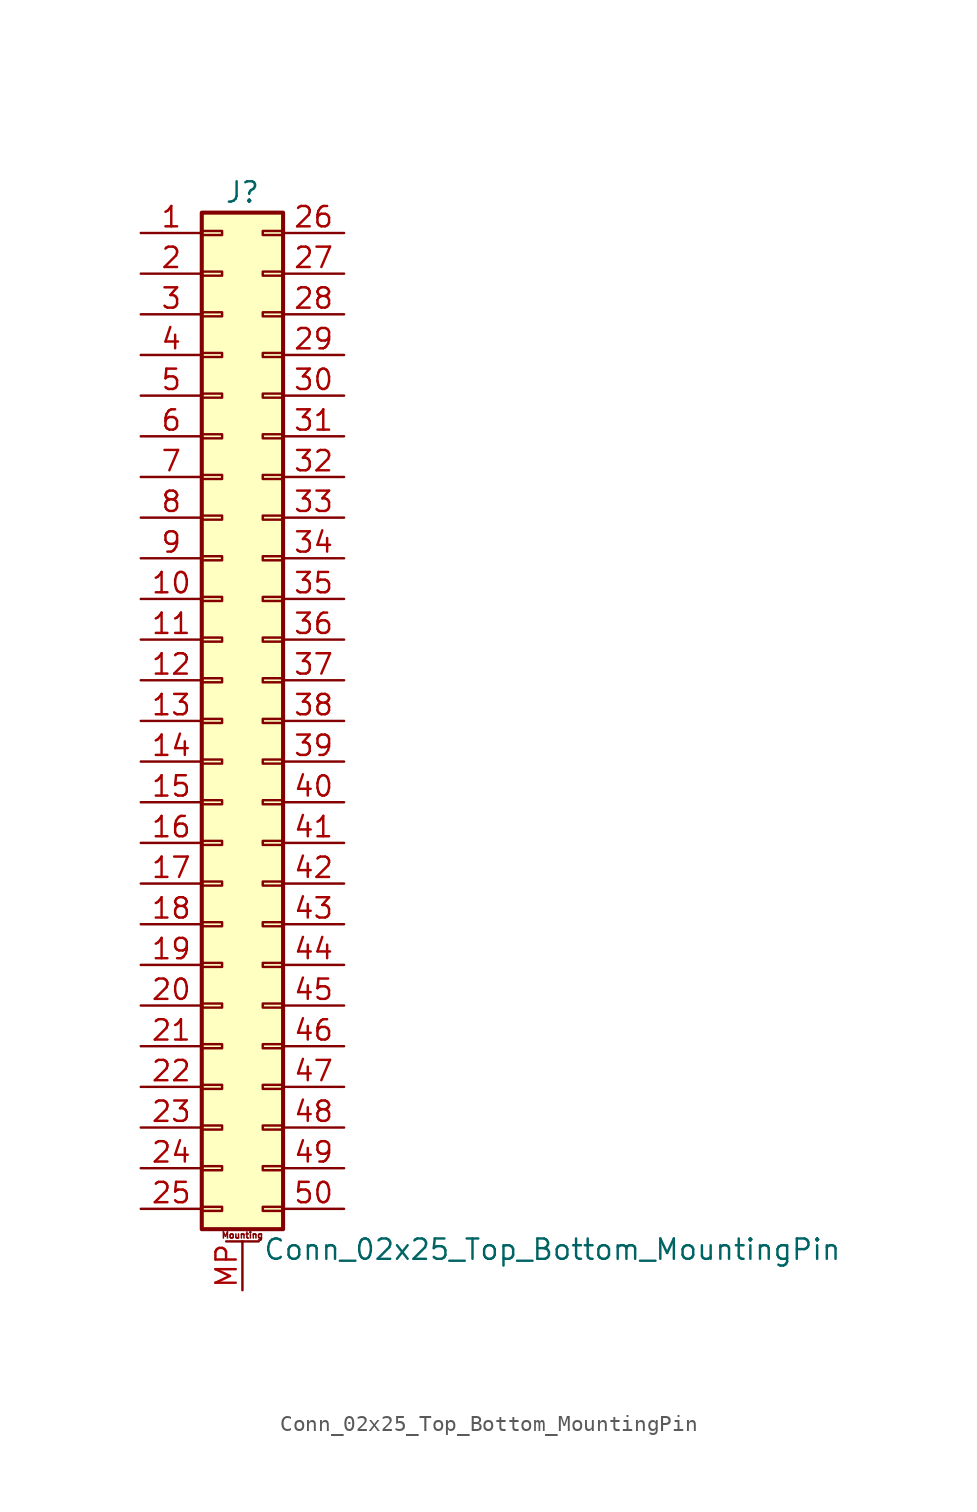
<source format=kicad_sym>
(kicad_symbol_lib
  (version 20201005)
  (generator kicad_symbol_editor)
  (symbol "Conn_02x25_Top_Bottom_MountingPin"
    (pin_names
      (offset 1.016) hide)
    (property "Reference" "J"
      (at 1.27 33.02 0)
      (effects (font (size 1.27 1.27))))
    (property "Value" "Conn_02x25_Top_Bottom_MountingPin"
      (at 2.54 -33.02 0)
      (effects (font (size 1.27 1.27)) (justify left)))
    (symbol "Conn_02x25_Top_Bottom_MountingPin_1_1"
      (text "Mounting" (at 1.27 -32.131 0) (effects (font (size 0.381 0.381))))
      (rectangle (start -1.27 -30.353) (end 0 -30.607) (stroke (width 0.152)) (fill (type none)))
      (rectangle (start -1.27 -27.813) (end 0 -28.067) (stroke (width 0.152)) (fill (type none)))
      (rectangle (start -1.27 -25.273) (end 0 -25.527) (stroke (width 0.152)) (fill (type none)))
      (rectangle (start -1.27 -22.733) (end 0 -22.987) (stroke (width 0.152)) (fill (type none)))
      (rectangle (start -1.27 -20.193) (end 0 -20.447) (stroke (width 0.152)) (fill (type none)))
      (rectangle (start -1.27 -17.653) (end 0 -17.907) (stroke (width 0.152)) (fill (type none)))
      (rectangle (start -1.27 -15.113) (end 0 -15.367) (stroke (width 0.152)) (fill (type none)))
      (rectangle (start -1.27 -12.573) (end 0 -12.827) (stroke (width 0.152)) (fill (type none)))
      (rectangle (start -1.27 -10.033) (end 0 -10.287) (stroke (width 0.152)) (fill (type none)))
      (rectangle (start -1.27 -7.493) (end 0 -7.747) (stroke (width 0.152)) (fill (type none)))
      (rectangle (start -1.27 -4.953) (end 0 -5.207) (stroke (width 0.152)) (fill (type none)))
      (rectangle (start -1.27 -2.413) (end 0 -2.667) (stroke (width 0.152)) (fill (type none)))
      (rectangle (start -1.27 0.127) (end 0 -0.127) (stroke (width 0.152)) (fill (type none)))
      (rectangle (start -1.27 2.667) (end 0 2.413) (stroke (width 0.152)) (fill (type none)))
      (rectangle (start -1.27 5.207) (end 0 4.953) (stroke (width 0.152)) (fill (type none)))
      (rectangle (start -1.27 7.747) (end 0 7.493) (stroke (width 0.152)) (fill (type none)))
      (rectangle (start -1.27 10.287) (end 0 10.033) (stroke (width 0.152)) (fill (type none)))
      (rectangle (start -1.27 12.827) (end 0 12.573) (stroke (width 0.152)) (fill (type none)))
      (rectangle (start -1.27 15.367) (end 0 15.113) (stroke (width 0.152)) (fill (type none)))
      (rectangle (start -1.27 17.907) (end 0 17.653) (stroke (width 0.152)) (fill (type none)))
      (rectangle (start -1.27 20.447) (end 0 20.193) (stroke (width 0.152)) (fill (type none)))
      (rectangle (start -1.27 22.987) (end 0 22.733) (stroke (width 0.152)) (fill (type none)))
      (rectangle (start -1.27 25.527) (end 0 25.273) (stroke (width 0.152)) (fill (type none)))
      (rectangle (start -1.27 28.067) (end 0 27.813) (stroke (width 0.152)) (fill (type none)))
      (rectangle (start -1.27 30.607) (end 0 30.353) (stroke (width 0.152)) (fill (type none)))
      (rectangle (start -1.27 31.75) (end 3.81 -31.75) (stroke (width 0.254)) (fill (type background)))
      (rectangle (start 3.81 -30.353) (end 2.54 -30.607) (stroke (width 0.152)) (fill (type none)))
      (rectangle (start 3.81 -27.813) (end 2.54 -28.067) (stroke (width 0.152)) (fill (type none)))
      (rectangle (start 3.81 -25.273) (end 2.54 -25.527) (stroke (width 0.152)) (fill (type none)))
      (rectangle (start 3.81 -22.733) (end 2.54 -22.987) (stroke (width 0.152)) (fill (type none)))
      (rectangle (start 3.81 -20.193) (end 2.54 -20.447) (stroke (width 0.152)) (fill (type none)))
      (rectangle (start 3.81 -17.653) (end 2.54 -17.907) (stroke (width 0.152)) (fill (type none)))
      (rectangle (start 3.81 -15.113) (end 2.54 -15.367) (stroke (width 0.152)) (fill (type none)))
      (rectangle (start 3.81 -12.573) (end 2.54 -12.827) (stroke (width 0.152)) (fill (type none)))
      (rectangle (start 3.81 -10.033) (end 2.54 -10.287) (stroke (width 0.152)) (fill (type none)))
      (rectangle (start 3.81 -7.493) (end 2.54 -7.747) (stroke (width 0.152)) (fill (type none)))
      (rectangle (start 3.81 -4.953) (end 2.54 -5.207) (stroke (width 0.152)) (fill (type none)))
      (rectangle (start 3.81 -2.413) (end 2.54 -2.667) (stroke (width 0.152)) (fill (type none)))
      (rectangle (start 3.81 0.127) (end 2.54 -0.127) (stroke (width 0.152)) (fill (type none)))
      (rectangle (start 3.81 2.667) (end 2.54 2.413) (stroke (width 0.152)) (fill (type none)))
      (rectangle (start 3.81 5.207) (end 2.54 4.953) (stroke (width 0.152)) (fill (type none)))
      (rectangle (start 3.81 7.747) (end 2.54 7.493) (stroke (width 0.152)) (fill (type none)))
      (rectangle (start 3.81 10.287) (end 2.54 10.033) (stroke (width 0.152)) (fill (type none)))
      (rectangle (start 3.81 12.827) (end 2.54 12.573) (stroke (width 0.152)) (fill (type none)))
      (rectangle (start 3.81 15.367) (end 2.54 15.113) (stroke (width 0.152)) (fill (type none)))
      (rectangle (start 3.81 17.907) (end 2.54 17.653) (stroke (width 0.152)) (fill (type none)))
      (rectangle (start 3.81 20.447) (end 2.54 20.193) (stroke (width 0.152)) (fill (type none)))
      (rectangle (start 3.81 22.987) (end 2.54 22.733) (stroke (width 0.152)) (fill (type none)))
      (rectangle (start 3.81 25.527) (end 2.54 25.273) (stroke (width 0.152)) (fill (type none)))
      (rectangle (start 3.81 28.067) (end 2.54 27.813) (stroke (width 0.152)) (fill (type none)))
      (rectangle (start 3.81 30.607) (end 2.54 30.353) (stroke (width 0.152)) (fill (type none)))
      (polyline (pts (xy 0.254 -32.512) (xy 2.286 -32.512)) (stroke (width 0.152)) (fill (type none)))
      (pin passive line (at -5.08 30.48 0) (length 3.81) (name "Pin_1" (effects (font (size 1.27 1.27)))) (number "1" (effects (font (size 1.27 1.27)))))
      (pin passive line (at -5.08 7.62 0) (length 3.81) (name "Pin_10" (effects (font (size 1.27 1.27)))) (number "10" (effects (font (size 1.27 1.27)))))
      (pin passive line (at -5.08 5.08 0) (length 3.81) (name "Pin_11" (effects (font (size 1.27 1.27)))) (number "11" (effects (font (size 1.27 1.27)))))
      (pin passive line (at -5.08 2.54 0) (length 3.81) (name "Pin_12" (effects (font (size 1.27 1.27)))) (number "12" (effects (font (size 1.27 1.27)))))
      (pin passive line (at -5.08 0 0) (length 3.81) (name "Pin_13" (effects (font (size 1.27 1.27)))) (number "13" (effects (font (size 1.27 1.27)))))
      (pin passive line (at -5.08 -2.54 0) (length 3.81) (name "Pin_14" (effects (font (size 1.27 1.27)))) (number "14" (effects (font (size 1.27 1.27)))))
      (pin passive line (at -5.08 -5.08 0) (length 3.81) (name "Pin_15" (effects (font (size 1.27 1.27)))) (number "15" (effects (font (size 1.27 1.27)))))
      (pin passive line (at -5.08 -7.62 0) (length 3.81) (name "Pin_16" (effects (font (size 1.27 1.27)))) (number "16" (effects (font (size 1.27 1.27)))))
      (pin passive line (at -5.08 -10.16 0) (length 3.81) (name "Pin_17" (effects (font (size 1.27 1.27)))) (number "17" (effects (font (size 1.27 1.27)))))
      (pin passive line (at -5.08 -12.7 0) (length 3.81) (name "Pin_18" (effects (font (size 1.27 1.27)))) (number "18" (effects (font (size 1.27 1.27)))))
      (pin passive line (at -5.08 -15.24 0) (length 3.81) (name "Pin_19" (effects (font (size 1.27 1.27)))) (number "19" (effects (font (size 1.27 1.27)))))
      (pin passive line (at -5.08 27.94 0) (length 3.81) (name "Pin_2" (effects (font (size 1.27 1.27)))) (number "2" (effects (font (size 1.27 1.27)))))
      (pin passive line (at -5.08 -17.78 0) (length 3.81) (name "Pin_20" (effects (font (size 1.27 1.27)))) (number "20" (effects (font (size 1.27 1.27)))))
      (pin passive line (at -5.08 -20.32 0) (length 3.81) (name "Pin_21" (effects (font (size 1.27 1.27)))) (number "21" (effects (font (size 1.27 1.27)))))
      (pin passive line (at -5.08 -22.86 0) (length 3.81) (name "Pin_22" (effects (font (size 1.27 1.27)))) (number "22" (effects (font (size 1.27 1.27)))))
      (pin passive line (at -5.08 -25.4 0) (length 3.81) (name "Pin_23" (effects (font (size 1.27 1.27)))) (number "23" (effects (font (size 1.27 1.27)))))
      (pin passive line (at -5.08 -27.94 0) (length 3.81) (name "Pin_24" (effects (font (size 1.27 1.27)))) (number "24" (effects (font (size 1.27 1.27)))))
      (pin passive line (at -5.08 -30.48 0) (length 3.81) (name "Pin_25" (effects (font (size 1.27 1.27)))) (number "25" (effects (font (size 1.27 1.27)))))
      (pin passive line (at 7.62 30.48 180) (length 3.81) (name "Pin_26" (effects (font (size 1.27 1.27)))) (number "26" (effects (font (size 1.27 1.27)))))
      (pin passive line (at 7.62 27.94 180) (length 3.81) (name "Pin_27" (effects (font (size 1.27 1.27)))) (number "27" (effects (font (size 1.27 1.27)))))
      (pin passive line (at 7.62 25.4 180) (length 3.81) (name "Pin_28" (effects (font (size 1.27 1.27)))) (number "28" (effects (font (size 1.27 1.27)))))
      (pin passive line (at 7.62 22.86 180) (length 3.81) (name "Pin_29" (effects (font (size 1.27 1.27)))) (number "29" (effects (font (size 1.27 1.27)))))
      (pin passive line (at -5.08 25.4 0) (length 3.81) (name "Pin_3" (effects (font (size 1.27 1.27)))) (number "3" (effects (font (size 1.27 1.27)))))
      (pin passive line (at 7.62 20.32 180) (length 3.81) (name "Pin_30" (effects (font (size 1.27 1.27)))) (number "30" (effects (font (size 1.27 1.27)))))
      (pin passive line (at 7.62 17.78 180) (length 3.81) (name "Pin_31" (effects (font (size 1.27 1.27)))) (number "31" (effects (font (size 1.27 1.27)))))
      (pin passive line (at 7.62 15.24 180) (length 3.81) (name "Pin_32" (effects (font (size 1.27 1.27)))) (number "32" (effects (font (size 1.27 1.27)))))
      (pin passive line (at 7.62 12.7 180) (length 3.81) (name "Pin_33" (effects (font (size 1.27 1.27)))) (number "33" (effects (font (size 1.27 1.27)))))
      (pin passive line (at 7.62 10.16 180) (length 3.81) (name "Pin_34" (effects (font (size 1.27 1.27)))) (number "34" (effects (font (size 1.27 1.27)))))
      (pin passive line (at 7.62 7.62 180) (length 3.81) (name "Pin_35" (effects (font (size 1.27 1.27)))) (number "35" (effects (font (size 1.27 1.27)))))
      (pin passive line (at 7.62 5.08 180) (length 3.81) (name "Pin_36" (effects (font (size 1.27 1.27)))) (number "36" (effects (font (size 1.27 1.27)))))
      (pin passive line (at 7.62 2.54 180) (length 3.81) (name "Pin_37" (effects (font (size 1.27 1.27)))) (number "37" (effects (font (size 1.27 1.27)))))
      (pin passive line (at 7.62 0 180) (length 3.81) (name "Pin_38" (effects (font (size 1.27 1.27)))) (number "38" (effects (font (size 1.27 1.27)))))
      (pin passive line (at 7.62 -2.54 180) (length 3.81) (name "Pin_39" (effects (font (size 1.27 1.27)))) (number "39" (effects (font (size 1.27 1.27)))))
      (pin passive line (at -5.08 22.86 0) (length 3.81) (name "Pin_4" (effects (font (size 1.27 1.27)))) (number "4" (effects (font (size 1.27 1.27)))))
      (pin passive line (at 7.62 -5.08 180) (length 3.81) (name "Pin_40" (effects (font (size 1.27 1.27)))) (number "40" (effects (font (size 1.27 1.27)))))
      (pin passive line (at 7.62 -7.62 180) (length 3.81) (name "Pin_41" (effects (font (size 1.27 1.27)))) (number "41" (effects (font (size 1.27 1.27)))))
      (pin passive line (at 7.62 -10.16 180) (length 3.81) (name "Pin_42" (effects (font (size 1.27 1.27)))) (number "42" (effects (font (size 1.27 1.27)))))
      (pin passive line (at 7.62 -12.7 180) (length 3.81) (name "Pin_43" (effects (font (size 1.27 1.27)))) (number "43" (effects (font (size 1.27 1.27)))))
      (pin passive line (at 7.62 -15.24 180) (length 3.81) (name "Pin_44" (effects (font (size 1.27 1.27)))) (number "44" (effects (font (size 1.27 1.27)))))
      (pin passive line (at 7.62 -17.78 180) (length 3.81) (name "Pin_45" (effects (font (size 1.27 1.27)))) (number "45" (effects (font (size 1.27 1.27)))))
      (pin passive line (at 7.62 -20.32 180) (length 3.81) (name "Pin_46" (effects (font (size 1.27 1.27)))) (number "46" (effects (font (size 1.27 1.27)))))
      (pin passive line (at 7.62 -22.86 180) (length 3.81) (name "Pin_47" (effects (font (size 1.27 1.27)))) (number "47" (effects (font (size 1.27 1.27)))))
      (pin passive line (at 7.62 -25.4 180) (length 3.81) (name "Pin_48" (effects (font (size 1.27 1.27)))) (number "48" (effects (font (size 1.27 1.27)))))
      (pin passive line (at 7.62 -27.94 180) (length 3.81) (name "Pin_49" (effects (font (size 1.27 1.27)))) (number "49" (effects (font (size 1.27 1.27)))))
      (pin passive line (at -5.08 20.32 0) (length 3.81) (name "Pin_5" (effects (font (size 1.27 1.27)))) (number "5" (effects (font (size 1.27 1.27)))))
      (pin passive line (at 7.62 -30.48 180) (length 3.81) (name "Pin_50" (effects (font (size 1.27 1.27)))) (number "50" (effects (font (size 1.27 1.27)))))
      (pin passive line (at -5.08 17.78 0) (length 3.81) (name "Pin_6" (effects (font (size 1.27 1.27)))) (number "6" (effects (font (size 1.27 1.27)))))
      (pin passive line (at -5.08 15.24 0) (length 3.81) (name "Pin_7" (effects (font (size 1.27 1.27)))) (number "7" (effects (font (size 1.27 1.27)))))
      (pin passive line (at -5.08 12.7 0) (length 3.81) (name "Pin_8" (effects (font (size 1.27 1.27)))) (number "8" (effects (font (size 1.27 1.27)))))
      (pin passive line (at -5.08 10.16 0) (length 3.81) (name "Pin_9" (effects (font (size 1.27 1.27)))) (number "9" (effects (font (size 1.27 1.27)))))
      (pin passive line (at 1.27 -35.56 90) (length 3.048) (name "MountPin" (effects (font (size 1.27 1.27)))) (number "MP" (effects (font (size 1.27 1.27))))))))
</source>
